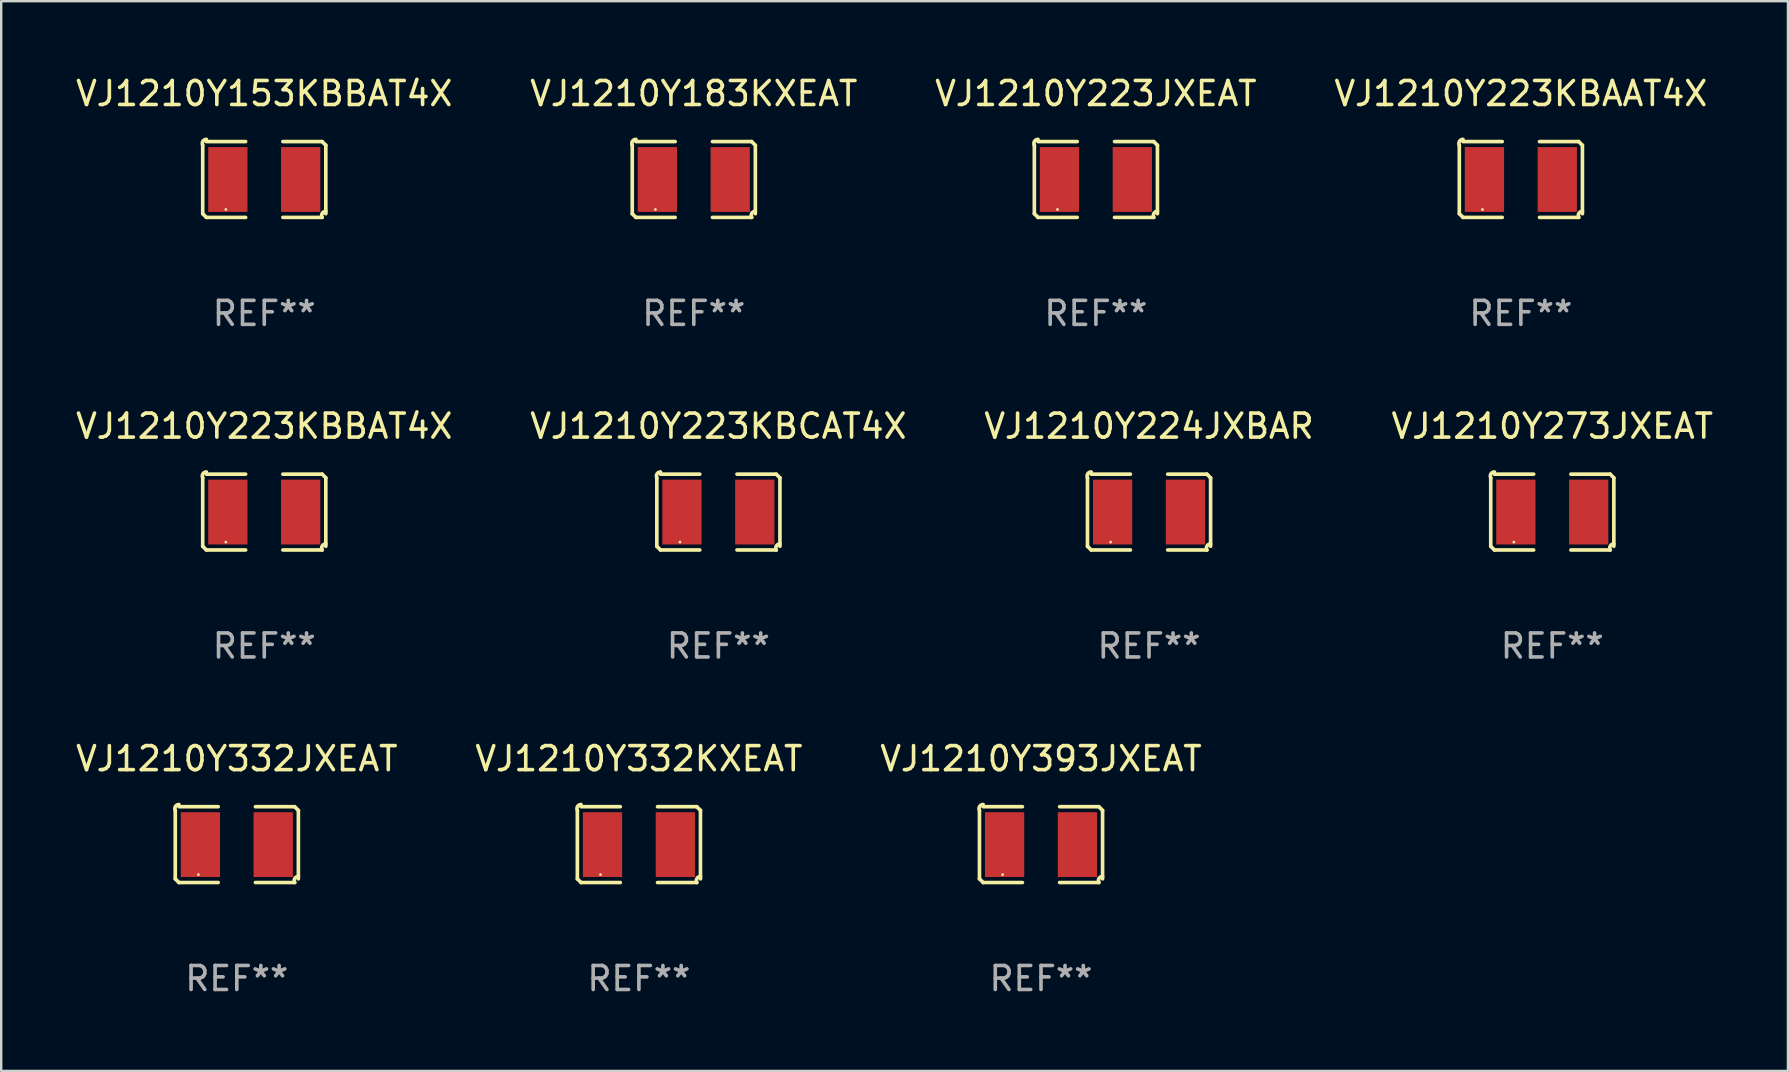
<source format=kicad_pcb>
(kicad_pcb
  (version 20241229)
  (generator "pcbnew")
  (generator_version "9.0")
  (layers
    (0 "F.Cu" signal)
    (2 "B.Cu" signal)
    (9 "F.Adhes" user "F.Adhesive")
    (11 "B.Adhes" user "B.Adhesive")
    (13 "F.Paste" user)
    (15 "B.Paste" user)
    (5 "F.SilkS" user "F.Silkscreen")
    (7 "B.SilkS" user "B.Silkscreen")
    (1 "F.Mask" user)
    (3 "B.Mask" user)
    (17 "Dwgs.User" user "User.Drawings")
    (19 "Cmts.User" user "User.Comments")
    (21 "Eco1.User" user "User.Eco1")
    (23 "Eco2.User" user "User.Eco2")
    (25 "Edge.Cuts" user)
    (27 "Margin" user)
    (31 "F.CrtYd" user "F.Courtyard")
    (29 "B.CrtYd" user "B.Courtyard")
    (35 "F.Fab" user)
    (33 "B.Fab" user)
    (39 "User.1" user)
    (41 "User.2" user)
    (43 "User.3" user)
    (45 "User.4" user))
  (footprint "VJ1210Y332JXEAT"
    (layer "F.Cu")
    (at 6.815 32.134)
    (property "Reference" "VJ1210Y332JXEAT" (at 0 -3.579 0) (layer "F.SilkS") (effects (font (size 1 1) (thickness 0.15))))
    (attr through_hole)
    (fp_line (start -2.564 1.426) (end -2.564 -1.426) (stroke (width 0.152) (type solid)) (layer "F.SilkS"))
    (fp_line (start -2.411 -1.579) (end -0.776 -1.579) (stroke (width 0.152) (type solid)) (layer "F.SilkS"))
    (fp_line (start -0.776 1.579) (end -2.411 1.579) (stroke (width 0.152) (type solid)) (layer "F.SilkS"))
    (fp_line (start 0.776 1.579) (end 2.411 1.579) (stroke (width 0.152) (type solid)) (layer "F.SilkS"))
    (fp_line (start 2.411 -1.579) (end 0.776 -1.579) (stroke (width 0.152) (type solid)) (layer "F.SilkS"))
    (fp_line (start 2.564 1.426) (end 2.564 -1.426) (stroke (width 0.152) (type solid)) (layer "F.SilkS"))
    (fp_arc (start -2.563602 -1.426213) (mid -2.555597 -1.591233) (end -2.411201 -1.671518) (stroke (width 0.1524) (type solid)) (layer "F.SilkS"))
    (fp_arc (start -2.5636 1.426214) (mid -2.487389 1.502402) (end -2.411201 1.578613) (stroke (width 0.1524) (type solid)) (layer "F.SilkS"))
    (fp_arc (start 2.411197 -1.578618) (mid 2.487403 -1.502419) (end 2.563602 -1.426213) (stroke (width 0.1524) (type solid)) (layer "F.SilkS"))
    (fp_arc (start 2.411201 1.578613) (mid 2.416214 1.409455) (end 2.563602 1.32629) (stroke (width 0.1524) (type solid)) (layer "F.SilkS"))
    (fp_circle (center -1.6 1.25) (end -1.57 1.25) (stroke (width 0.06) (type solid)) (fill no) (layer "F.SilkS"))
    (fp_text user "REF**" (at 0 5.579 0) (layer "F.Fab") (effects (font (size 1 1) (thickness 0.15))))
    (pad "1" smd rect (at -1.517 0) (size 1.635 2.7) (layers "F.Cu" "F.Mask" "F.Paste"))
    (pad "2" smd rect (at 1.517 0) (size 1.635 2.7) (layers "F.Cu" "F.Mask" "F.Paste")))
  (footprint "VJ1210Y183KXEAT"
    (layer "F.Cu")
    (at 25.851 4.427)
    (property "Reference" "VJ1210Y183KXEAT" (at 0 -3.579 0) (layer "F.SilkS") (effects (font (size 1 1) (thickness 0.15))))
    (attr through_hole)
    (fp_line (start -2.564 1.426) (end -2.564 -1.426) (stroke (width 0.152) (type solid)) (layer "F.SilkS"))
    (fp_line (start -2.411 -1.579) (end -0.776 -1.579) (stroke (width 0.152) (type solid)) (layer "F.SilkS"))
    (fp_line (start -0.776 1.579) (end -2.411 1.579) (stroke (width 0.152) (type solid)) (layer "F.SilkS"))
    (fp_line (start 0.776 1.579) (end 2.411 1.579) (stroke (width 0.152) (type solid)) (layer "F.SilkS"))
    (fp_line (start 2.411 -1.579) (end 0.776 -1.579) (stroke (width 0.152) (type solid)) (layer "F.SilkS"))
    (fp_line (start 2.564 1.426) (end 2.564 -1.426) (stroke (width 0.152) (type solid)) (layer "F.SilkS"))
    (fp_arc (start -2.563602 -1.426213) (mid -2.555597 -1.591233) (end -2.411201 -1.671518) (stroke (width 0.1524) (type solid)) (layer "F.SilkS"))
    (fp_arc (start -2.5636 1.426214) (mid -2.487389 1.502402) (end -2.411201 1.578613) (stroke (width 0.1524) (type solid)) (layer "F.SilkS"))
    (fp_arc (start 2.411197 -1.578618) (mid 2.487403 -1.502419) (end 2.563602 -1.426213) (stroke (width 0.1524) (type solid)) (layer "F.SilkS"))
    (fp_arc (start 2.411201 1.578613) (mid 2.416214 1.409455) (end 2.563602 1.32629) (stroke (width 0.1524) (type solid)) (layer "F.SilkS"))
    (fp_circle (center -1.6 1.25) (end -1.57 1.25) (stroke (width 0.06) (type solid)) (fill no) (layer "F.SilkS"))
    (fp_text user "REF**" (at 0 5.579 0) (layer "F.Fab") (effects (font (size 1 1) (thickness 0.15))))
    (pad "1" smd rect (at -1.517 0) (size 1.635 2.7) (layers "F.Cu" "F.Mask" "F.Paste"))
    (pad "2" smd rect (at 1.517 0) (size 1.635 2.7) (layers "F.Cu" "F.Mask" "F.Paste")))
  (footprint "VJ1210Y332KXEAT"
    (layer "F.Cu")
    (at 23.565 32.134)
    (property "Reference" "VJ1210Y332KXEAT" (at 0 -3.579 0) (layer "F.SilkS") (effects (font (size 1 1) (thickness 0.15))))
    (attr through_hole)
    (fp_line (start -2.564 1.426) (end -2.564 -1.426) (stroke (width 0.152) (type solid)) (layer "F.SilkS"))
    (fp_line (start -2.411 -1.579) (end -0.776 -1.579) (stroke (width 0.152) (type solid)) (layer "F.SilkS"))
    (fp_line (start -0.776 1.579) (end -2.411 1.579) (stroke (width 0.152) (type solid)) (layer "F.SilkS"))
    (fp_line (start 0.776 1.579) (end 2.411 1.579) (stroke (width 0.152) (type solid)) (layer "F.SilkS"))
    (fp_line (start 2.411 -1.579) (end 0.776 -1.579) (stroke (width 0.152) (type solid)) (layer "F.SilkS"))
    (fp_line (start 2.564 1.426) (end 2.564 -1.426) (stroke (width 0.152) (type solid)) (layer "F.SilkS"))
    (fp_arc (start -2.563602 -1.426213) (mid -2.555597 -1.591233) (end -2.411201 -1.671518) (stroke (width 0.1524) (type solid)) (layer "F.SilkS"))
    (fp_arc (start -2.5636 1.426214) (mid -2.487389 1.502402) (end -2.411201 1.578613) (stroke (width 0.1524) (type solid)) (layer "F.SilkS"))
    (fp_arc (start 2.411197 -1.578618) (mid 2.487403 -1.502419) (end 2.563602 -1.426213) (stroke (width 0.1524) (type solid)) (layer "F.SilkS"))
    (fp_arc (start 2.411201 1.578613) (mid 2.416214 1.409455) (end 2.563602 1.32629) (stroke (width 0.1524) (type solid)) (layer "F.SilkS"))
    (fp_circle (center -1.6 1.25) (end -1.57 1.25) (stroke (width 0.06) (type solid)) (fill no) (layer "F.SilkS"))
    (fp_text user "REF**" (at 0 5.579 0) (layer "F.Fab") (effects (font (size 1 1) (thickness 0.15))))
    (pad "1" smd rect (at -1.517 0) (size 1.635 2.7) (layers "F.Cu" "F.Mask" "F.Paste"))
    (pad "2" smd rect (at 1.517 0) (size 1.635 2.7) (layers "F.Cu" "F.Mask" "F.Paste")))
  (footprint "VJ1210Y223KBCAT4X"
    (layer "F.Cu")
    (at 26.875 18.281)
    (property "Reference" "VJ1210Y223KBCAT4X" (at 0 -3.579 0) (layer "F.SilkS") (effects (font (size 1 1) (thickness 0.15))))
    (attr through_hole)
    (fp_line (start -2.564 1.426) (end -2.564 -1.426) (stroke (width 0.152) (type solid)) (layer "F.SilkS"))
    (fp_line (start -2.411 -1.579) (end -0.776 -1.579) (stroke (width 0.152) (type solid)) (layer "F.SilkS"))
    (fp_line (start -0.776 1.579) (end -2.411 1.579) (stroke (width 0.152) (type solid)) (layer "F.SilkS"))
    (fp_line (start 0.776 1.579) (end 2.411 1.579) (stroke (width 0.152) (type solid)) (layer "F.SilkS"))
    (fp_line (start 2.411 -1.579) (end 0.776 -1.579) (stroke (width 0.152) (type solid)) (layer "F.SilkS"))
    (fp_line (start 2.564 1.426) (end 2.564 -1.426) (stroke (width 0.152) (type solid)) (layer "F.SilkS"))
    (fp_arc (start -2.563602 -1.426213) (mid -2.555597 -1.591233) (end -2.411201 -1.671518) (stroke (width 0.1524) (type solid)) (layer "F.SilkS"))
    (fp_arc (start -2.5636 1.426214) (mid -2.487389 1.502402) (end -2.411201 1.578613) (stroke (width 0.1524) (type solid)) (layer "F.SilkS"))
    (fp_arc (start 2.411197 -1.578618) (mid 2.487403 -1.502419) (end 2.563602 -1.426213) (stroke (width 0.1524) (type solid)) (layer "F.SilkS"))
    (fp_arc (start 2.411201 1.578613) (mid 2.416214 1.409455) (end 2.563602 1.32629) (stroke (width 0.1524) (type solid)) (layer "F.SilkS"))
    (fp_circle (center -1.6 1.25) (end -1.57 1.25) (stroke (width 0.06) (type solid)) (fill no) (layer "F.SilkS"))
    (fp_text user "REF**" (at 0 5.579 0) (layer "F.Fab") (effects (font (size 1 1) (thickness 0.15))))
    (pad "1" smd rect (at -1.517 0) (size 1.635 2.7) (layers "F.Cu" "F.Mask" "F.Paste"))
    (pad "2" smd rect (at 1.517 0) (size 1.635 2.7) (layers "F.Cu" "F.Mask" "F.Paste")))
  (footprint "VJ1210Y224JXBAR"
    (layer "F.Cu")
    (at 44.815 18.281)
    (property "Reference" "VJ1210Y224JXBAR" (at 0 -3.579 0) (layer "F.SilkS") (effects (font (size 1 1) (thickness 0.15))))
    (attr through_hole)
    (fp_line (start -2.564 1.426) (end -2.564 -1.426) (stroke (width 0.152) (type solid)) (layer "F.SilkS"))
    (fp_line (start -2.411 -1.579) (end -0.776 -1.579) (stroke (width 0.152) (type solid)) (layer "F.SilkS"))
    (fp_line (start -0.776 1.579) (end -2.411 1.579) (stroke (width 0.152) (type solid)) (layer "F.SilkS"))
    (fp_line (start 0.776 1.579) (end 2.411 1.579) (stroke (width 0.152) (type solid)) (layer "F.SilkS"))
    (fp_line (start 2.411 -1.579) (end 0.776 -1.579) (stroke (width 0.152) (type solid)) (layer "F.SilkS"))
    (fp_line (start 2.564 1.426) (end 2.564 -1.426) (stroke (width 0.152) (type solid)) (layer "F.SilkS"))
    (fp_arc (start -2.563602 -1.426213) (mid -2.555597 -1.591233) (end -2.411201 -1.671518) (stroke (width 0.1524) (type solid)) (layer "F.SilkS"))
    (fp_arc (start -2.5636 1.426214) (mid -2.487389 1.502402) (end -2.411201 1.578613) (stroke (width 0.1524) (type solid)) (layer "F.SilkS"))
    (fp_arc (start 2.411197 -1.578618) (mid 2.487403 -1.502419) (end 2.563602 -1.426213) (stroke (width 0.1524) (type solid)) (layer "F.SilkS"))
    (fp_arc (start 2.411201 1.578613) (mid 2.416214 1.409455) (end 2.563602 1.32629) (stroke (width 0.1524) (type solid)) (layer "F.SilkS"))
    (fp_circle (center -1.6 1.25) (end -1.57 1.25) (stroke (width 0.06) (type solid)) (fill no) (layer "F.SilkS"))
    (fp_text user "REF**" (at 0 5.579 0) (layer "F.Fab") (effects (font (size 1 1) (thickness 0.15))))
    (pad "1" smd rect (at -1.517 0) (size 1.635 2.7) (layers "F.Cu" "F.Mask" "F.Paste"))
    (pad "2" smd rect (at 1.517 0) (size 1.635 2.7) (layers "F.Cu" "F.Mask" "F.Paste")))
  (footprint "VJ1210Y153KBBAT4X"
    (layer "F.Cu")
    (at 7.958 4.427)
    (property "Reference" "VJ1210Y153KBBAT4X" (at 0 -3.579 0) (layer "F.SilkS") (effects (font (size 1 1) (thickness 0.15))))
    (attr through_hole)
    (fp_line (start -2.564 1.426) (end -2.564 -1.426) (stroke (width 0.152) (type solid)) (layer "F.SilkS"))
    (fp_line (start -2.411 -1.579) (end -0.776 -1.579) (stroke (width 0.152) (type solid)) (layer "F.SilkS"))
    (fp_line (start -0.776 1.579) (end -2.411 1.579) (stroke (width 0.152) (type solid)) (layer "F.SilkS"))
    (fp_line (start 0.776 1.579) (end 2.411 1.579) (stroke (width 0.152) (type solid)) (layer "F.SilkS"))
    (fp_line (start 2.411 -1.579) (end 0.776 -1.579) (stroke (width 0.152) (type solid)) (layer "F.SilkS"))
    (fp_line (start 2.564 1.426) (end 2.564 -1.426) (stroke (width 0.152) (type solid)) (layer "F.SilkS"))
    (fp_arc (start -2.563602 -1.426213) (mid -2.555597 -1.591233) (end -2.411201 -1.671518) (stroke (width 0.1524) (type solid)) (layer "F.SilkS"))
    (fp_arc (start -2.5636 1.426214) (mid -2.487389 1.502402) (end -2.411201 1.578613) (stroke (width 0.1524) (type solid)) (layer "F.SilkS"))
    (fp_arc (start 2.411197 -1.578618) (mid 2.487403 -1.502419) (end 2.563602 -1.426213) (stroke (width 0.1524) (type solid)) (layer "F.SilkS"))
    (fp_arc (start 2.411201 1.578613) (mid 2.416214 1.409455) (end 2.563602 1.32629) (stroke (width 0.1524) (type solid)) (layer "F.SilkS"))
    (fp_circle (center -1.6 1.25) (end -1.57 1.25) (stroke (width 0.06) (type solid)) (fill no) (layer "F.SilkS"))
    (fp_text user "REF**" (at 0 5.579 0) (layer "F.Fab") (effects (font (size 1 1) (thickness 0.15))))
    (pad "1" smd rect (at -1.517 0) (size 1.635 2.7) (layers "F.Cu" "F.Mask" "F.Paste"))
    (pad "2" smd rect (at 1.517 0) (size 1.635 2.7) (layers "F.Cu" "F.Mask" "F.Paste")))
  (footprint "VJ1210Y273JXEAT"
    (layer "F.Cu")
    (at 61.613 18.281)
    (property "Reference" "VJ1210Y273JXEAT" (at 0 -3.579 0) (layer "F.SilkS") (effects (font (size 1 1) (thickness 0.15))))
    (attr through_hole)
    (fp_line (start -2.564 1.426) (end -2.564 -1.426) (stroke (width 0.152) (type solid)) (layer "F.SilkS"))
    (fp_line (start -2.411 -1.579) (end -0.776 -1.579) (stroke (width 0.152) (type solid)) (layer "F.SilkS"))
    (fp_line (start -0.776 1.579) (end -2.411 1.579) (stroke (width 0.152) (type solid)) (layer "F.SilkS"))
    (fp_line (start 0.776 1.579) (end 2.411 1.579) (stroke (width 0.152) (type solid)) (layer "F.SilkS"))
    (fp_line (start 2.411 -1.579) (end 0.776 -1.579) (stroke (width 0.152) (type solid)) (layer "F.SilkS"))
    (fp_line (start 2.564 1.426) (end 2.564 -1.426) (stroke (width 0.152) (type solid)) (layer "F.SilkS"))
    (fp_arc (start -2.563602 -1.426213) (mid -2.555597 -1.591233) (end -2.411201 -1.671518) (stroke (width 0.1524) (type solid)) (layer "F.SilkS"))
    (fp_arc (start -2.5636 1.426214) (mid -2.487389 1.502402) (end -2.411201 1.578613) (stroke (width 0.1524) (type solid)) (layer "F.SilkS"))
    (fp_arc (start 2.411197 -1.578618) (mid 2.487403 -1.502419) (end 2.563602 -1.426213) (stroke (width 0.1524) (type solid)) (layer "F.SilkS"))
    (fp_arc (start 2.411201 1.578613) (mid 2.416214 1.409455) (end 2.563602 1.32629) (stroke (width 0.1524) (type solid)) (layer "F.SilkS"))
    (fp_circle (center -1.6 1.25) (end -1.57 1.25) (stroke (width 0.06) (type solid)) (fill no) (layer "F.SilkS"))
    (fp_text user "REF**" (at 0 5.579 0) (layer "F.Fab") (effects (font (size 1 1) (thickness 0.15))))
    (pad "1" smd rect (at -1.517 0) (size 1.635 2.7) (layers "F.Cu" "F.Mask" "F.Paste"))
    (pad "2" smd rect (at 1.517 0) (size 1.635 2.7) (layers "F.Cu" "F.Mask" "F.Paste")))
  (footprint "VJ1210Y223JXEAT"
    (layer "F.Cu")
    (at 42.601 4.427)
    (property "Reference" "VJ1210Y223JXEAT" (at 0 -3.579 0) (layer "F.SilkS") (effects (font (size 1 1) (thickness 0.15))))
    (attr through_hole)
    (fp_line (start -2.564 1.426) (end -2.564 -1.426) (stroke (width 0.152) (type solid)) (layer "F.SilkS"))
    (fp_line (start -2.411 -1.579) (end -0.776 -1.579) (stroke (width 0.152) (type solid)) (layer "F.SilkS"))
    (fp_line (start -0.776 1.579) (end -2.411 1.579) (stroke (width 0.152) (type solid)) (layer "F.SilkS"))
    (fp_line (start 0.776 1.579) (end 2.411 1.579) (stroke (width 0.152) (type solid)) (layer "F.SilkS"))
    (fp_line (start 2.411 -1.579) (end 0.776 -1.579) (stroke (width 0.152) (type solid)) (layer "F.SilkS"))
    (fp_line (start 2.564 1.426) (end 2.564 -1.426) (stroke (width 0.152) (type solid)) (layer "F.SilkS"))
    (fp_arc (start -2.563602 -1.426213) (mid -2.555597 -1.591233) (end -2.411201 -1.671518) (stroke (width 0.1524) (type solid)) (layer "F.SilkS"))
    (fp_arc (start -2.5636 1.426214) (mid -2.487389 1.502402) (end -2.411201 1.578613) (stroke (width 0.1524) (type solid)) (layer "F.SilkS"))
    (fp_arc (start 2.411197 -1.578618) (mid 2.487403 -1.502419) (end 2.563602 -1.426213) (stroke (width 0.1524) (type solid)) (layer "F.SilkS"))
    (fp_arc (start 2.411201 1.578613) (mid 2.416214 1.409455) (end 2.563602 1.32629) (stroke (width 0.1524) (type solid)) (layer "F.SilkS"))
    (fp_circle (center -1.6 1.25) (end -1.57 1.25) (stroke (width 0.06) (type solid)) (fill no) (layer "F.SilkS"))
    (fp_text user "REF**" (at 0 5.579 0) (layer "F.Fab") (effects (font (size 1 1) (thickness 0.15))))
    (pad "1" smd rect (at -1.517 0) (size 1.635 2.7) (layers "F.Cu" "F.Mask" "F.Paste"))
    (pad "2" smd rect (at 1.517 0) (size 1.635 2.7) (layers "F.Cu" "F.Mask" "F.Paste")))
  (footprint "VJ1210Y393JXEAT"
    (layer "F.Cu")
    (at 40.315 32.134)
    (property "Reference" "VJ1210Y393JXEAT" (at 0 -3.579 0) (layer "F.SilkS") (effects (font (size 1 1) (thickness 0.15))))
    (attr through_hole)
    (fp_line (start -2.564 1.426) (end -2.564 -1.426) (stroke (width 0.152) (type solid)) (layer "F.SilkS"))
    (fp_line (start -2.411 -1.579) (end -0.776 -1.579) (stroke (width 0.152) (type solid)) (layer "F.SilkS"))
    (fp_line (start -0.776 1.579) (end -2.411 1.579) (stroke (width 0.152) (type solid)) (layer "F.SilkS"))
    (fp_line (start 0.776 1.579) (end 2.411 1.579) (stroke (width 0.152) (type solid)) (layer "F.SilkS"))
    (fp_line (start 2.411 -1.579) (end 0.776 -1.579) (stroke (width 0.152) (type solid)) (layer "F.SilkS"))
    (fp_line (start 2.564 1.426) (end 2.564 -1.426) (stroke (width 0.152) (type solid)) (layer "F.SilkS"))
    (fp_arc (start -2.563602 -1.426213) (mid -2.555597 -1.591233) (end -2.411201 -1.671518) (stroke (width 0.1524) (type solid)) (layer "F.SilkS"))
    (fp_arc (start -2.5636 1.426214) (mid -2.487389 1.502402) (end -2.411201 1.578613) (stroke (width 0.1524) (type solid)) (layer "F.SilkS"))
    (fp_arc (start 2.411197 -1.578618) (mid 2.487403 -1.502419) (end 2.563602 -1.426213) (stroke (width 0.1524) (type solid)) (layer "F.SilkS"))
    (fp_arc (start 2.411201 1.578613) (mid 2.416214 1.409455) (end 2.563602 1.32629) (stroke (width 0.1524) (type solid)) (layer "F.SilkS"))
    (fp_circle (center -1.6 1.25) (end -1.57 1.25) (stroke (width 0.06) (type solid)) (fill no) (layer "F.SilkS"))
    (fp_text user "REF**" (at 0 5.579 0) (layer "F.Fab") (effects (font (size 1 1) (thickness 0.15))))
    (pad "1" smd rect (at -1.517 0) (size 1.635 2.7) (layers "F.Cu" "F.Mask" "F.Paste"))
    (pad "2" smd rect (at 1.517 0) (size 1.635 2.7) (layers "F.Cu" "F.Mask" "F.Paste")))
  (footprint "VJ1210Y223KBAAT4X"
    (layer "F.Cu")
    (at 60.304 4.427)
    (property "Reference" "VJ1210Y223KBAAT4X" (at 0 -3.579 0) (layer "F.SilkS") (effects (font (size 1 1) (thickness 0.15))))
    (attr through_hole)
    (fp_line (start -2.564 1.426) (end -2.564 -1.426) (stroke (width 0.152) (type solid)) (layer "F.SilkS"))
    (fp_line (start -2.411 -1.579) (end -0.776 -1.579) (stroke (width 0.152) (type solid)) (layer "F.SilkS"))
    (fp_line (start -0.776 1.579) (end -2.411 1.579) (stroke (width 0.152) (type solid)) (layer "F.SilkS"))
    (fp_line (start 0.776 1.579) (end 2.411 1.579) (stroke (width 0.152) (type solid)) (layer "F.SilkS"))
    (fp_line (start 2.411 -1.579) (end 0.776 -1.579) (stroke (width 0.152) (type solid)) (layer "F.SilkS"))
    (fp_line (start 2.564 1.426) (end 2.564 -1.426) (stroke (width 0.152) (type solid)) (layer "F.SilkS"))
    (fp_arc (start -2.563602 -1.426213) (mid -2.555597 -1.591233) (end -2.411201 -1.671518) (stroke (width 0.1524) (type solid)) (layer "F.SilkS"))
    (fp_arc (start -2.5636 1.426214) (mid -2.487389 1.502402) (end -2.411201 1.578613) (stroke (width 0.1524) (type solid)) (layer "F.SilkS"))
    (fp_arc (start 2.411197 -1.578618) (mid 2.487403 -1.502419) (end 2.563602 -1.426213) (stroke (width 0.1524) (type solid)) (layer "F.SilkS"))
    (fp_arc (start 2.411201 1.578613) (mid 2.416214 1.409455) (end 2.563602 1.32629) (stroke (width 0.1524) (type solid)) (layer "F.SilkS"))
    (fp_circle (center -1.6 1.25) (end -1.57 1.25) (stroke (width 0.06) (type solid)) (fill no) (layer "F.SilkS"))
    (fp_text user "REF**" (at 0 5.579 0) (layer "F.Fab") (effects (font (size 1 1) (thickness 0.15))))
    (pad "1" smd rect (at -1.517 0) (size 1.635 2.7) (layers "F.Cu" "F.Mask" "F.Paste"))
    (pad "2" smd rect (at 1.517 0) (size 1.635 2.7) (layers "F.Cu" "F.Mask" "F.Paste")))
  (footprint "VJ1210Y223KBBAT4X"
    (layer "F.Cu")
    (at 7.958 18.281)
    (property "Reference" "VJ1210Y223KBBAT4X" (at 0 -3.579 0) (layer "F.SilkS") (effects (font (size 1 1) (thickness 0.15))))
    (attr through_hole)
    (fp_line (start -2.564 1.426) (end -2.564 -1.426) (stroke (width 0.152) (type solid)) (layer "F.SilkS"))
    (fp_line (start -2.411 -1.579) (end -0.776 -1.579) (stroke (width 0.152) (type solid)) (layer "F.SilkS"))
    (fp_line (start -0.776 1.579) (end -2.411 1.579) (stroke (width 0.152) (type solid)) (layer "F.SilkS"))
    (fp_line (start 0.776 1.579) (end 2.411 1.579) (stroke (width 0.152) (type solid)) (layer "F.SilkS"))
    (fp_line (start 2.411 -1.579) (end 0.776 -1.579) (stroke (width 0.152) (type solid)) (layer "F.SilkS"))
    (fp_line (start 2.564 1.426) (end 2.564 -1.426) (stroke (width 0.152) (type solid)) (layer "F.SilkS"))
    (fp_arc (start -2.563602 -1.426213) (mid -2.555597 -1.591233) (end -2.411201 -1.671518) (stroke (width 0.1524) (type solid)) (layer "F.SilkS"))
    (fp_arc (start -2.5636 1.426214) (mid -2.487389 1.502402) (end -2.411201 1.578613) (stroke (width 0.1524) (type solid)) (layer "F.SilkS"))
    (fp_arc (start 2.411197 -1.578618) (mid 2.487403 -1.502419) (end 2.563602 -1.426213) (stroke (width 0.1524) (type solid)) (layer "F.SilkS"))
    (fp_arc (start 2.411201 1.578613) (mid 2.416214 1.409455) (end 2.563602 1.32629) (stroke (width 0.1524) (type solid)) (layer "F.SilkS"))
    (fp_circle (center -1.6 1.25) (end -1.57 1.25) (stroke (width 0.06) (type solid)) (fill no) (layer "F.SilkS"))
    (fp_text user "REF**" (at 0 5.579 0) (layer "F.Fab") (effects (font (size 1 1) (thickness 0.15))))
    (pad "1" smd rect (at -1.517 0) (size 1.635 2.7) (layers "F.Cu" "F.Mask" "F.Paste"))
    (pad "2" smd rect (at 1.517 0) (size 1.635 2.7) (layers "F.Cu" "F.Mask" "F.Paste")))
  (gr_rect
    (start -3 -3)
    (end 71.429 41.561)
    (stroke (width 0.1) (type default))
    (fill no)
    (layer "Edge.Cuts")))
</source>
